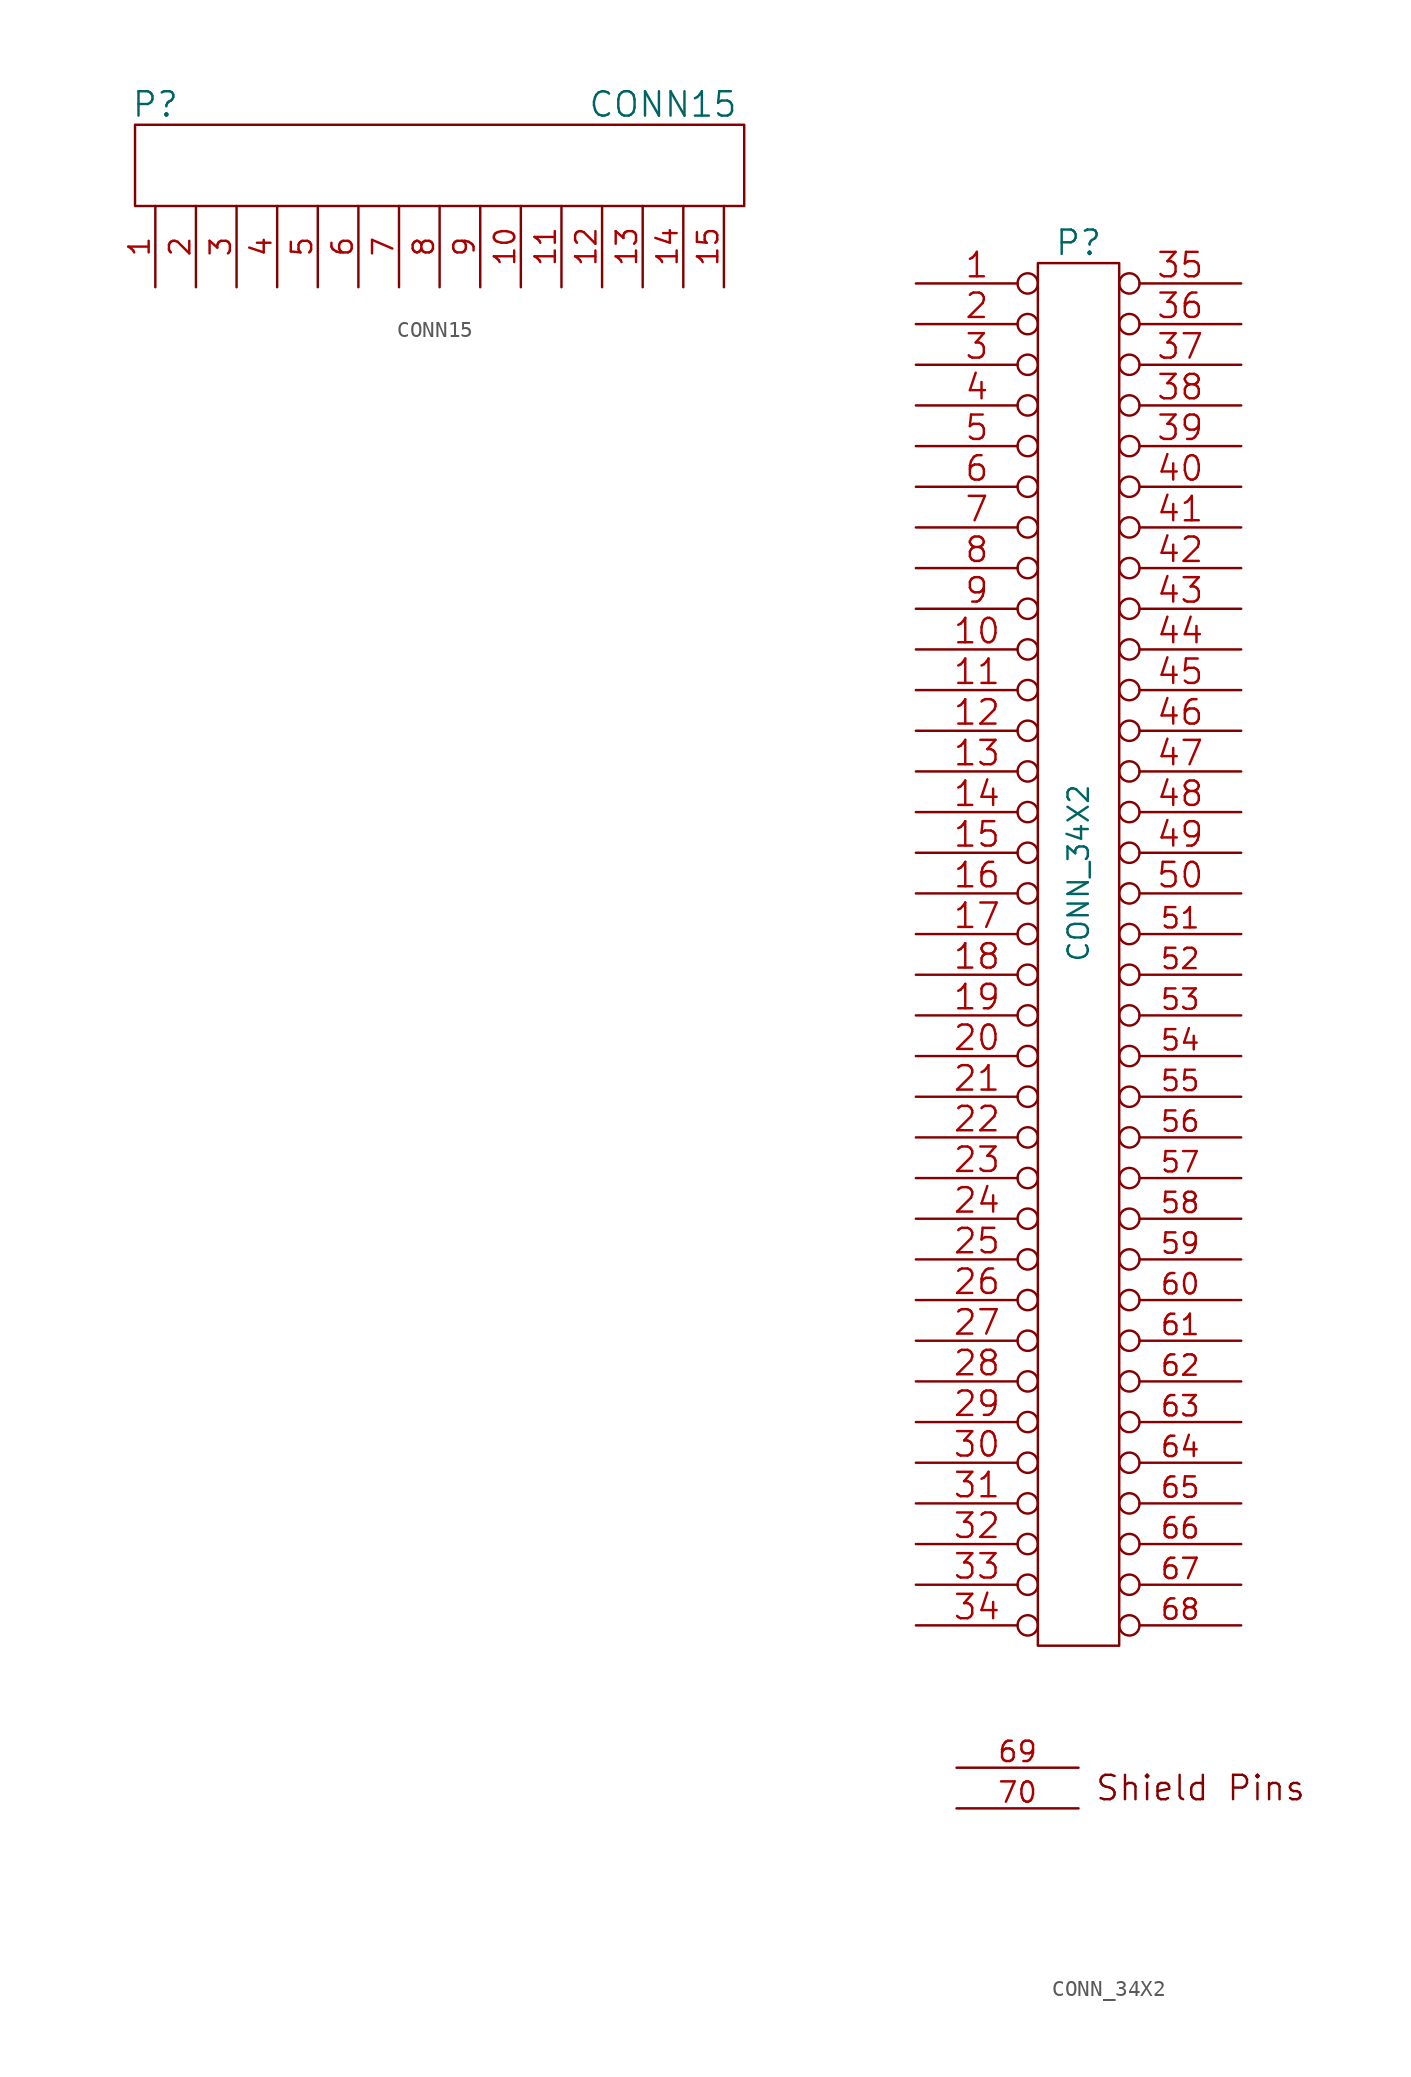
<source format=kicad_sym>
(kicad_symbol_lib
  (version 20220914)
  (generator kicad_symbol_editor)
  (symbol "CONN15"
    (pin_names
      (offset 1.016))
    (property "Reference" "P"
      (at -17.78 6.35 0)
      (effects (font (size 1.524 1.524))))
    (property "Value" "CONN15"
      (at 13.97 6.35 0)
      (effects (font (size 1.524 1.524))))
    (property "Footprint" ""
      (at 0 0 0)
      (effects (font (size 1.524 1.524))))
    (property "Datasheet" ""
      (at 0 0 0)
      (effects (font (size 1.524 1.524))))
    (symbol "CONN15_0_1"
      (rectangle (start -19.05 5.08) (end 19.05 0) (stroke (width 0) (type solid)) (fill (type none))))
    (symbol "CONN15_1_1"
      (pin passive line (at -17.78 -5.08 90) (length 5.08) (name "~" (effects (font (size 1.27 1.27)))) (number "1" (effects (font (size 1.27 1.27)))))
      (pin passive line (at 5.08 -5.08 90) (length 5.08) (name "~" (effects (font (size 1.27 1.27)))) (number "10" (effects (font (size 1.27 1.27)))))
      (pin passive line (at 7.62 -5.08 90) (length 5.08) (name "~" (effects (font (size 1.27 1.27)))) (number "11" (effects (font (size 1.27 1.27)))))
      (pin passive line (at 10.16 -5.08 90) (length 5.08) (name "~" (effects (font (size 1.27 1.27)))) (number "12" (effects (font (size 1.27 1.27)))))
      (pin passive line (at 12.7 -5.08 90) (length 5.08) (name "~" (effects (font (size 1.27 1.27)))) (number "13" (effects (font (size 1.27 1.27)))))
      (pin passive line (at 15.24 -5.08 90) (length 5.08) (name "~" (effects (font (size 1.27 1.27)))) (number "14" (effects (font (size 1.27 1.27)))))
      (pin passive line (at 17.78 -5.08 90) (length 5.08) (name "~" (effects (font (size 1.27 1.27)))) (number "15" (effects (font (size 1.27 1.27)))))
      (pin passive line (at -15.24 -5.08 90) (length 5.08) (name "~" (effects (font (size 1.27 1.27)))) (number "2" (effects (font (size 1.27 1.27)))))
      (pin passive line (at -12.7 -5.08 90) (length 5.08) (name "~" (effects (font (size 1.27 1.27)))) (number "3" (effects (font (size 1.27 1.27)))))
      (pin passive line (at -10.16 -5.08 90) (length 5.08) (name "~" (effects (font (size 1.27 1.27)))) (number "4" (effects (font (size 1.27 1.27)))))
      (pin passive line (at -7.62 -5.08 90) (length 5.08) (name "~" (effects (font (size 1.27 1.27)))) (number "5" (effects (font (size 1.27 1.27)))))
      (pin passive line (at -5.08 -5.08 90) (length 5.08) (name "~" (effects (font (size 1.27 1.27)))) (number "6" (effects (font (size 1.27 1.27)))))
      (pin passive line (at -2.54 -5.08 90) (length 5.08) (name "~" (effects (font (size 1.27 1.27)))) (number "7" (effects (font (size 1.27 1.27)))))
      (pin passive line (at 0 -5.08 90) (length 5.08) (name "~" (effects (font (size 1.27 1.27)))) (number "8" (effects (font (size 1.27 1.27)))))
      (pin passive line (at 2.54 -5.08 90) (length 5.08) (name "~" (effects (font (size 1.27 1.27)))) (number "9" (effects (font (size 1.27 1.27)))))))
  (symbol "CONN_34X2"
    (pin_names
      (offset 0.254) hide)
    (property "Reference" "P"
      (at 0 44.45 0)
      (effects (font (size 1.524 1.524))))
    (property "Value" "CONN_34X2"
      (at 0 5.08 90)
      (effects (font (size 1.27 1.27))))
    (property "Footprint" ""
      (at 0 5.08 0)
      (effects (font (size 1.524 1.524))))
    (property "Datasheet" ""
      (at 0 5.08 0)
      (effects (font (size 1.524 1.524))))
    (symbol "CONN_34X2_0_0"
      (text "Shield Pins" (at 7.62 -52.07 0) (effects (font (size 1.524 1.524)))))
    (symbol "CONN_34X2_0_1"
      (rectangle (start -2.54 43.18) (end 2.54 -43.18) (stroke (width 0) (type solid)) (fill (type none))))
    (symbol "CONN_34X2_1_1"
      (pin passive inverted (at -10.16 41.91 0) (length 7.62) (name "P1" (effects (font (size 0.762 0.762)))) (number "1" (effects (font (size 1.524 1.524)))))
      (pin passive inverted (at -10.16 19.05 0) (length 7.62) (name "P10" (effects (font (size 0.762 0.762)))) (number "10" (effects (font (size 1.524 1.524)))))
      (pin passive inverted (at -10.16 16.51 0) (length 7.62) (name "P11" (effects (font (size 0.762 0.762)))) (number "11" (effects (font (size 1.524 1.524)))))
      (pin passive inverted (at -10.16 13.97 0) (length 7.62) (name "P12" (effects (font (size 0.762 0.762)))) (number "12" (effects (font (size 1.524 1.524)))))
      (pin passive inverted (at -10.16 11.43 0) (length 7.62) (name "P13" (effects (font (size 0.762 0.762)))) (number "13" (effects (font (size 1.524 1.524)))))
      (pin passive inverted (at -10.16 8.89 0) (length 7.62) (name "P14" (effects (font (size 0.762 0.762)))) (number "14" (effects (font (size 1.524 1.524)))))
      (pin passive inverted (at -10.16 6.35 0) (length 7.62) (name "P15" (effects (font (size 0.762 0.762)))) (number "15" (effects (font (size 1.524 1.524)))))
      (pin passive inverted (at -10.16 3.81 0) (length 7.62) (name "P16" (effects (font (size 0.762 0.762)))) (number "16" (effects (font (size 1.524 1.524)))))
      (pin passive inverted (at -10.16 1.27 0) (length 7.62) (name "P17" (effects (font (size 0.762 0.762)))) (number "17" (effects (font (size 1.524 1.524)))))
      (pin passive inverted (at -10.16 -1.27 0) (length 7.62) (name "P18" (effects (font (size 0.762 0.762)))) (number "18" (effects (font (size 1.524 1.524)))))
      (pin passive inverted (at -10.16 -3.81 0) (length 7.62) (name "P19" (effects (font (size 0.762 0.762)))) (number "19" (effects (font (size 1.524 1.524)))))
      (pin passive inverted (at -10.16 39.37 0) (length 7.62) (name "P2" (effects (font (size 0.762 0.762)))) (number "2" (effects (font (size 1.524 1.524)))))
      (pin passive inverted (at -10.16 -6.35 0) (length 7.62) (name "P20" (effects (font (size 0.762 0.762)))) (number "20" (effects (font (size 1.524 1.524)))))
      (pin passive inverted (at -10.16 -8.89 0) (length 7.62) (name "P21" (effects (font (size 0.762 0.762)))) (number "21" (effects (font (size 1.524 1.524)))))
      (pin passive inverted (at -10.16 -11.43 0) (length 7.62) (name "P22" (effects (font (size 0.762 0.762)))) (number "22" (effects (font (size 1.524 1.524)))))
      (pin passive inverted (at -10.16 -13.97 0) (length 7.62) (name "P23" (effects (font (size 0.762 0.762)))) (number "23" (effects (font (size 1.524 1.524)))))
      (pin passive inverted (at -10.16 -16.51 0) (length 7.62) (name "P24" (effects (font (size 0.762 0.762)))) (number "24" (effects (font (size 1.524 1.524)))))
      (pin passive inverted (at -10.16 -19.05 0) (length 7.62) (name "~" (effects (font (size 0.762 0.762)))) (number "25" (effects (font (size 1.524 1.524)))))
      (pin passive inverted (at -10.16 -21.59 0) (length 7.62) (name "P26" (effects (font (size 0.762 0.762)))) (number "26" (effects (font (size 1.524 1.524)))))
      (pin passive inverted (at -10.16 -24.13 0) (length 7.62) (name "P27" (effects (font (size 0.762 0.762)))) (number "27" (effects (font (size 1.524 1.524)))))
      (pin passive inverted (at -10.16 -26.67 0) (length 7.62) (name "P28" (effects (font (size 0.762 0.762)))) (number "28" (effects (font (size 1.524 1.524)))))
      (pin passive inverted (at -10.16 -29.21 0) (length 7.62) (name "P29" (effects (font (size 0.762 0.762)))) (number "29" (effects (font (size 1.524 1.524)))))
      (pin passive inverted (at -10.16 36.83 0) (length 7.62) (name "P3" (effects (font (size 0.762 0.762)))) (number "3" (effects (font (size 1.524 1.524)))))
      (pin passive inverted (at -10.16 -31.75 0) (length 7.62) (name "P30" (effects (font (size 0.762 0.762)))) (number "30" (effects (font (size 1.524 1.524)))))
      (pin passive inverted (at -10.16 -34.29 0) (length 7.62) (name "P31" (effects (font (size 0.762 0.762)))) (number "31" (effects (font (size 1.524 1.524)))))
      (pin passive inverted (at -10.16 -36.83 0) (length 7.62) (name "P32" (effects (font (size 0.762 0.762)))) (number "32" (effects (font (size 1.524 1.524)))))
      (pin passive inverted (at -10.16 -39.37 0) (length 7.62) (name "P33" (effects (font (size 0.762 0.762)))) (number "33" (effects (font (size 1.524 1.524)))))
      (pin passive inverted (at -10.16 -41.91 0) (length 7.62) (name "P34" (effects (font (size 0.762 0.762)))) (number "34" (effects (font (size 1.524 1.524)))))
      (pin passive inverted (at 10.16 41.91 180) (length 7.62) (name "P35" (effects (font (size 0.762 0.762)))) (number "35" (effects (font (size 1.524 1.524)))))
      (pin passive inverted (at 10.16 39.37 180) (length 7.62) (name "P36" (effects (font (size 0.762 0.762)))) (number "36" (effects (font (size 1.524 1.524)))))
      (pin passive inverted (at 10.16 36.83 180) (length 7.62) (name "P37" (effects (font (size 0.762 0.762)))) (number "37" (effects (font (size 1.524 1.524)))))
      (pin passive inverted (at 10.16 34.29 180) (length 7.62) (name "P38" (effects (font (size 0.762 0.762)))) (number "38" (effects (font (size 1.524 1.524)))))
      (pin passive inverted (at 10.16 31.75 180) (length 7.62) (name "P39" (effects (font (size 0.762 0.762)))) (number "39" (effects (font (size 1.524 1.524)))))
      (pin passive inverted (at -10.16 34.29 0) (length 7.62) (name "P4" (effects (font (size 0.762 0.762)))) (number "4" (effects (font (size 1.524 1.524)))))
      (pin passive inverted (at 10.16 29.21 180) (length 7.62) (name "P40" (effects (font (size 0.762 0.762)))) (number "40" (effects (font (size 1.524 1.524)))))
      (pin passive inverted (at 10.16 26.67 180) (length 7.62) (name "P41" (effects (font (size 0.762 0.762)))) (number "41" (effects (font (size 1.524 1.524)))))
      (pin passive inverted (at 10.16 24.13 180) (length 7.62) (name "P42" (effects (font (size 0.762 0.762)))) (number "42" (effects (font (size 1.524 1.524)))))
      (pin passive inverted (at 10.16 21.59 180) (length 7.62) (name "P43" (effects (font (size 0.762 0.762)))) (number "43" (effects (font (size 1.524 1.524)))))
      (pin passive inverted (at 10.16 19.05 180) (length 7.62) (name "P44" (effects (font (size 0.762 0.762)))) (number "44" (effects (font (size 1.524 1.524)))))
      (pin passive inverted (at 10.16 16.51 180) (length 7.62) (name "P45" (effects (font (size 0.762 0.762)))) (number "45" (effects (font (size 1.524 1.524)))))
      (pin passive inverted (at 10.16 13.97 180) (length 7.62) (name "P46" (effects (font (size 0.762 0.762)))) (number "46" (effects (font (size 1.524 1.524)))))
      (pin passive inverted (at 10.16 11.43 180) (length 7.62) (name "P47" (effects (font (size 0.762 0.762)))) (number "47" (effects (font (size 1.524 1.524)))))
      (pin passive inverted (at 10.16 8.89 180) (length 7.62) (name "P48" (effects (font (size 0.762 0.762)))) (number "48" (effects (font (size 1.524 1.524)))))
      (pin passive inverted (at 10.16 6.35 180) (length 7.62) (name "P49" (effects (font (size 0.762 0.762)))) (number "49" (effects (font (size 1.524 1.524)))))
      (pin passive inverted (at -10.16 31.75 0) (length 7.62) (name "P5" (effects (font (size 0.762 0.762)))) (number "5" (effects (font (size 1.524 1.524)))))
      (pin passive inverted (at 10.16 3.81 180) (length 7.62) (name "P50" (effects (font (size 0.762 0.762)))) (number "50" (effects (font (size 1.524 1.524)))))
      (pin passive inverted (at 10.16 1.27 180) (length 7.62) (name "P51" (effects (font (size 1.27 1.27)))) (number "51" (effects (font (size 1.27 1.27)))))
      (pin passive inverted (at 10.16 -1.27 180) (length 7.62) (name "P52" (effects (font (size 1.27 1.27)))) (number "52" (effects (font (size 1.27 1.27)))))
      (pin passive inverted (at 10.16 -3.81 180) (length 7.62) (name "P53" (effects (font (size 1.27 1.27)))) (number "53" (effects (font (size 1.27 1.27)))))
      (pin passive inverted (at 10.16 -6.35 180) (length 7.62) (name "P54" (effects (font (size 1.27 1.27)))) (number "54" (effects (font (size 1.27 1.27)))))
      (pin passive inverted (at 10.16 -8.89 180) (length 7.62) (name "P55" (effects (font (size 1.27 1.27)))) (number "55" (effects (font (size 1.27 1.27)))))
      (pin passive inverted (at 10.16 -11.43 180) (length 7.62) (name "P56" (effects (font (size 1.27 1.27)))) (number "56" (effects (font (size 1.27 1.27)))))
      (pin passive inverted (at 10.16 -13.97 180) (length 7.62) (name "P57" (effects (font (size 1.27 1.27)))) (number "57" (effects (font (size 1.27 1.27)))))
      (pin passive inverted (at 10.16 -16.51 180) (length 7.62) (name "P58" (effects (font (size 1.27 1.27)))) (number "58" (effects (font (size 1.27 1.27)))))
      (pin passive inverted (at 10.16 -19.05 180) (length 7.62) (name "P59" (effects (font (size 1.27 1.27)))) (number "59" (effects (font (size 1.27 1.27)))))
      (pin passive inverted (at -10.16 29.21 0) (length 7.62) (name "P6" (effects (font (size 0.762 0.762)))) (number "6" (effects (font (size 1.524 1.524)))))
      (pin passive inverted (at 10.16 -21.59 180) (length 7.62) (name "P60" (effects (font (size 1.27 1.27)))) (number "60" (effects (font (size 1.27 1.27)))))
      (pin input inverted (at 10.16 -24.13 180) (length 7.62) (name "~" (effects (font (size 1.27 1.27)))) (number "61" (effects (font (size 1.27 1.27)))))
      (pin input inverted (at 10.16 -26.67 180) (length 7.62) (name "~" (effects (font (size 1.27 1.27)))) (number "62" (effects (font (size 1.27 1.27)))))
      (pin input inverted (at 10.16 -29.21 180) (length 7.62) (name "~" (effects (font (size 1.27 1.27)))) (number "63" (effects (font (size 1.27 1.27)))))
      (pin input inverted (at 10.16 -31.75 180) (length 7.62) (name "~" (effects (font (size 1.27 1.27)))) (number "64" (effects (font (size 1.27 1.27)))))
      (pin input inverted (at 10.16 -34.29 180) (length 7.62) (name "~" (effects (font (size 1.27 1.27)))) (number "65" (effects (font (size 1.27 1.27)))))
      (pin input inverted (at 10.16 -36.83 180) (length 7.62) (name "~" (effects (font (size 1.27 1.27)))) (number "66" (effects (font (size 1.27 1.27)))))
      (pin input inverted (at 10.16 -39.37 180) (length 7.62) (name "~" (effects (font (size 1.27 1.27)))) (number "67" (effects (font (size 1.27 1.27)))))
      (pin output inverted (at 10.16 -41.91 180) (length 7.62) (name "~" (effects (font (size 1.27 1.27)))) (number "68" (effects (font (size 1.27 1.27)))))
      (pin input line (at -7.62 -50.8 0) (length 7.62) (name "~" (effects (font (size 0.762 0.762)))) (number "69" (effects (font (size 1.27 1.27)))))
      (pin passive inverted (at -10.16 26.67 0) (length 7.62) (name "P7" (effects (font (size 0.762 0.762)))) (number "7" (effects (font (size 1.524 1.524)))))
      (pin input line (at -7.62 -53.34 0) (length 7.62) (name "~" (effects (font (size 0.762 0.762)))) (number "70" (effects (font (size 1.27 1.27)))))
      (pin passive inverted (at -10.16 24.13 0) (length 7.62) (name "P8" (effects (font (size 0.762 0.762)))) (number "8" (effects (font (size 1.524 1.524)))))
      (pin passive inverted (at -10.16 21.59 0) (length 7.62) (name "P9" (effects (font (size 0.762 0.762)))) (number "9" (effects (font (size 1.524 1.524))))))))
</source>
